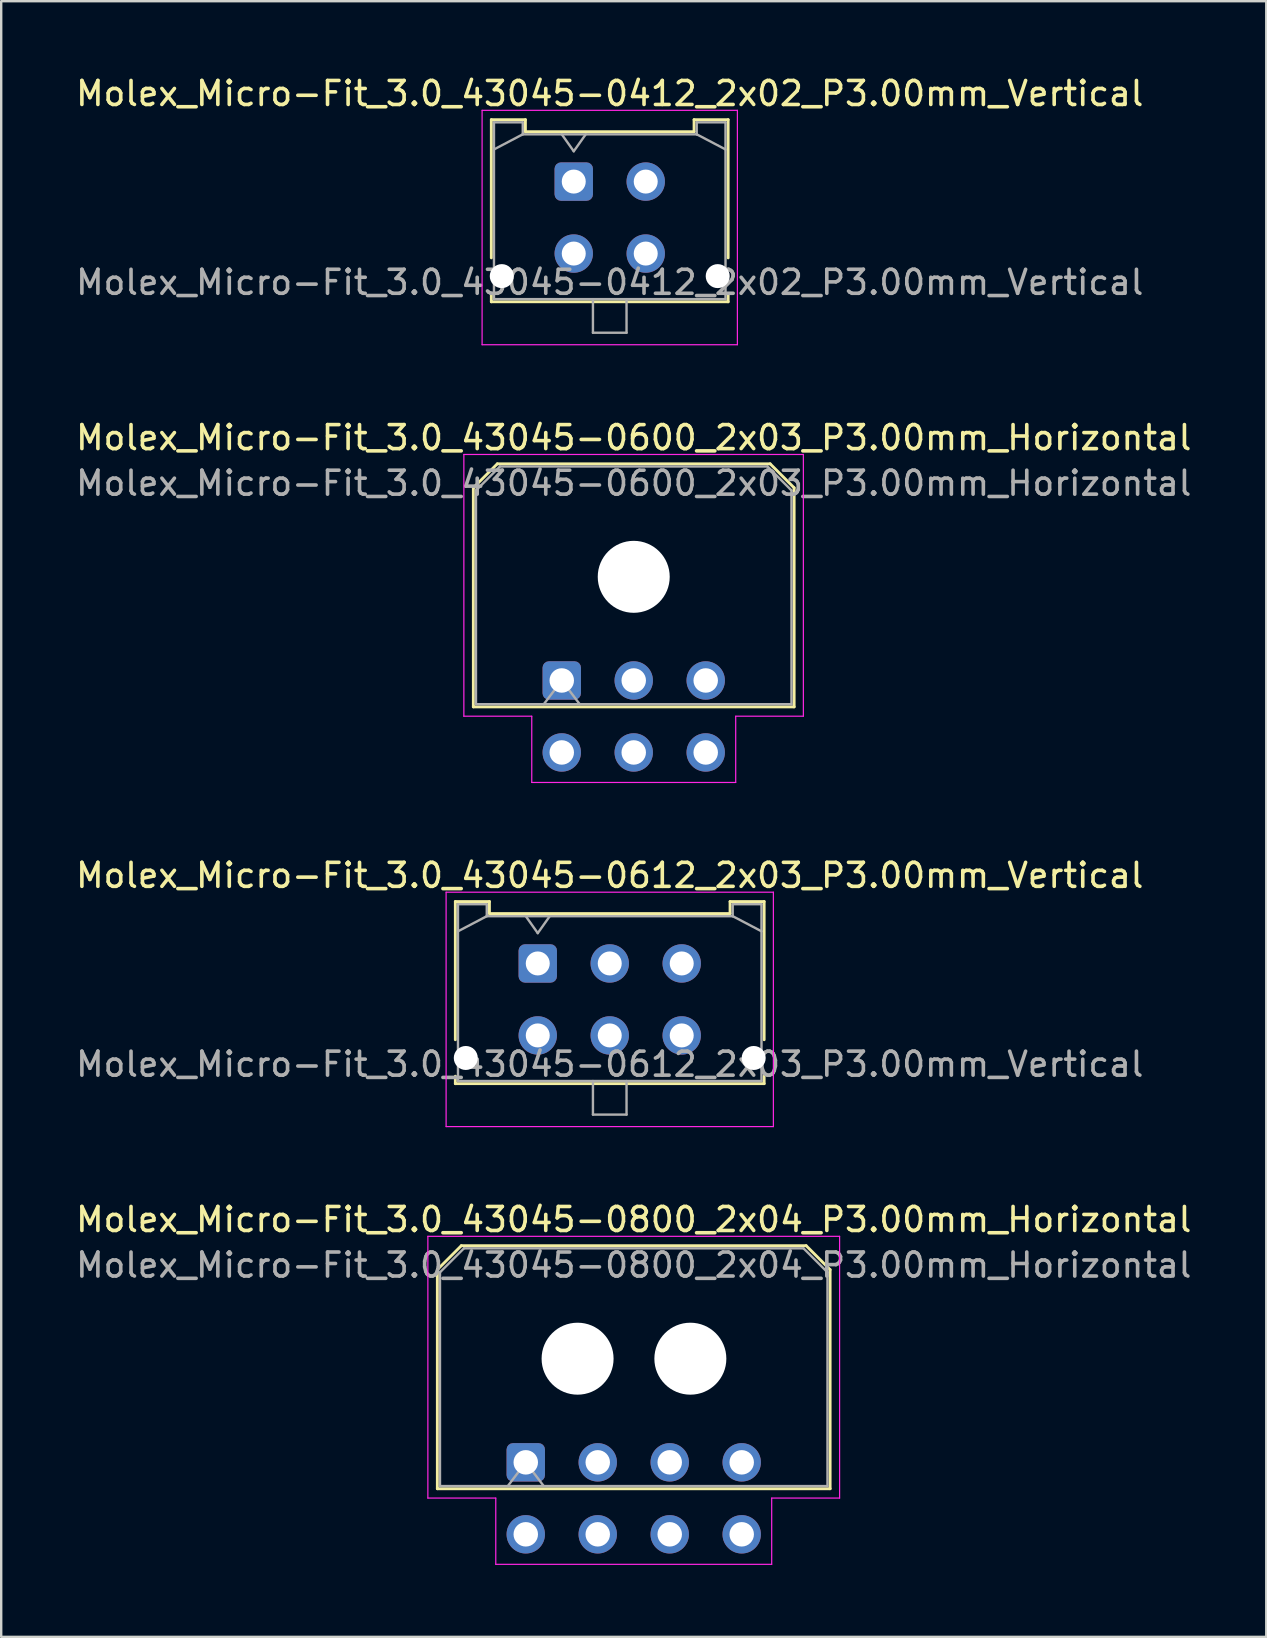
<source format=kicad_pcb>
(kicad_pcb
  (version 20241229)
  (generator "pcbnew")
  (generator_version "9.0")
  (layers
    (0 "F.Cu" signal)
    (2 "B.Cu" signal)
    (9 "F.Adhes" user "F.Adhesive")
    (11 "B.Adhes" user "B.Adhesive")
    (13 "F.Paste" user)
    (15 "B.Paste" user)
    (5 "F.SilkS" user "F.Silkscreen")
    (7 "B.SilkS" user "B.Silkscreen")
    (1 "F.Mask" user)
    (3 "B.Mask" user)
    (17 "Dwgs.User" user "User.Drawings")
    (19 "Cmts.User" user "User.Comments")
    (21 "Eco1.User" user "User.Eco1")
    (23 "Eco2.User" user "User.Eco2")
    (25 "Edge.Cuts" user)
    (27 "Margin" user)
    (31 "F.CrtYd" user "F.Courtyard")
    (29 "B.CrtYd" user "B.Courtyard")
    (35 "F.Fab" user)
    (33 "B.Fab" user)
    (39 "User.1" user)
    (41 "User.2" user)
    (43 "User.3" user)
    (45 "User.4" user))
  (footprint "Molex_Micro-Fit_3.0_43045-0600_2x03_P3.00mm_Horizontal"
    (layer "F.Cu")
    (at 20.363 25.311)
    (property "Reference" "Molex_Micro-Fit_3.0_43045-0600_2x03_P3.00mm_Horizontal" (at 3 -10.12 0) (layer "F.SilkS") (effects (font (size 1 1) (thickness 0.15))))
    (attr through_hole)
    (fp_line (start -3.685 -8.03) (end -2.685 -9.03) (stroke (width 0.12) (type solid)) (layer "F.SilkS"))
    (fp_line (start -3.685 1.1) (end -3.685 -8.03) (stroke (width 0.12) (type solid)) (layer "F.SilkS"))
    (fp_line (start -2.685 -9.03) (end 8.685 -9.03) (stroke (width 0.12) (type solid)) (layer "F.SilkS"))
    (fp_line (start 8.685 -9.03) (end 9.685 -8.03) (stroke (width 0.12) (type solid)) (layer "F.SilkS"))
    (fp_line (start 9.685 -8.03) (end 9.685 1.1) (stroke (width 0.12) (type solid)) (layer "F.SilkS"))
    (fp_line (start 9.685 1.1) (end -3.685 1.1) (stroke (width 0.12) (type solid)) (layer "F.SilkS"))
    (fp_line (start -4.08 -9.42) (end 10.07 -9.42) (stroke (width 0.05) (type solid)) (layer "F.CrtYd"))
    (fp_line (start -4.08 1.49) (end -4.08 -9.42) (stroke (width 0.05) (type solid)) (layer "F.CrtYd"))
    (fp_line (start -1.25 1.49) (end -4.08 1.49) (stroke (width 0.05) (type solid)) (layer "F.CrtYd"))
    (fp_line (start -1.25 4.25) (end -1.25 1.49) (stroke (width 0.05) (type solid)) (layer "F.CrtYd"))
    (fp_line (start 7.25 1.49) (end 7.25 4.25) (stroke (width 0.05) (type solid)) (layer "F.CrtYd"))
    (fp_line (start 7.25 4.25) (end -1.25 4.25) (stroke (width 0.05) (type solid)) (layer "F.CrtYd"))
    (fp_line (start 10.07 -9.42) (end 10.07 1.49) (stroke (width 0.05) (type solid)) (layer "F.CrtYd"))
    (fp_line (start 10.07 1.49) (end 7.25 1.49) (stroke (width 0.05) (type solid)) (layer "F.CrtYd"))
    (fp_line (start -3.575 -7.92) (end -2.575 -8.92) (stroke (width 0.1) (type solid)) (layer "F.Fab"))
    (fp_line (start -3.575 0.99) (end -3.575 -7.92) (stroke (width 0.1) (type solid)) (layer "F.Fab"))
    (fp_line (start -2.575 -8.92) (end 8.575 -8.92) (stroke (width 0.1) (type solid)) (layer "F.Fab"))
    (fp_line (start -0.75 0.99) (end 0 0) (stroke (width 0.1) (type solid)) (layer "F.Fab"))
    (fp_line (start 0 0) (end 0.75 0.99) (stroke (width 0.1) (type solid)) (layer "F.Fab"))
    (fp_line (start 8.575 -8.92) (end 9.575 -7.92) (stroke (width 0.1) (type solid)) (layer "F.Fab"))
    (fp_line (start 9.575 -7.92) (end 9.575 0.99) (stroke (width 0.1) (type solid)) (layer "F.Fab"))
    (fp_line (start 9.575 0.99) (end -3.575 0.99) (stroke (width 0.1) (type solid)) (layer "F.Fab"))
    (fp_text user "${REFERENCE}" (at 3 -8.22 0) (layer "F.Fab") (effects (font (size 1 1) (thickness 0.15))))
    (pad "" np_thru_hole circle (at 3 -4.32) (size 3 3) (drill 3) (layers "*.Cu" "*.Mask"))
    (pad "1" thru_hole roundrect (at 0 0) (size 1.6 1.6) (drill 1.02) (layers "*.Cu" "*.Mask") (roundrect_rratio 0.167))
    (pad "2" thru_hole circle (at 3 0) (size 1.6 1.6) (drill 1.02) (layers "*.Cu" "*.Mask"))
    (pad "3" thru_hole circle (at 6 0) (size 1.6 1.6) (drill 1.02) (layers "*.Cu" "*.Mask"))
    (pad "4" thru_hole circle (at 0 3) (size 1.6 1.6) (drill 1.02) (layers "*.Cu" "*.Mask"))
    (pad "5" thru_hole circle (at 3 3) (size 1.6 1.6) (drill 1.02) (layers "*.Cu" "*.Mask"))
    (pad "6" thru_hole circle (at 6 3) (size 1.6 1.6) (drill 1.02) (layers "*.Cu" "*.Mask")))
  (footprint "Molex_Micro-Fit_3.0_43045-0412_2x02_P3.00mm_Vertical"
    (layer "F.Cu")
    (at 20.863 4.518)
    (property "Reference" "Molex_Micro-Fit_3.0_43045-0412_2x02_P3.00mm_Vertical" (at 1.5 -3.67 0) (layer "F.SilkS") (effects (font (size 1 1) (thickness 0.15))))
    (attr through_hole)
    (fp_line (start -3.435 -2.58) (end -2.015 -2.58) (stroke (width 0.12) (type solid)) (layer "F.SilkS"))
    (fp_line (start -3.435 3.18) (end -3.435 -2.58) (stroke (width 0.12) (type solid)) (layer "F.SilkS"))
    (fp_line (start -3.435 4.7) (end -3.435 5.01) (stroke (width 0.12) (type solid)) (layer "F.SilkS"))
    (fp_line (start -3.435 5.01) (end 6.435 5.01) (stroke (width 0.12) (type solid)) (layer "F.SilkS"))
    (fp_line (start -2.015 -2.58) (end -2.015 -2.08) (stroke (width 0.12) (type solid)) (layer "F.SilkS"))
    (fp_line (start -2.015 -2.08) (end 5.015 -2.08) (stroke (width 0.12) (type solid)) (layer "F.SilkS"))
    (fp_line (start 5.015 -2.58) (end 6.435 -2.58) (stroke (width 0.12) (type solid)) (layer "F.SilkS"))
    (fp_line (start 5.015 -2.08) (end 5.015 -2.58) (stroke (width 0.12) (type solid)) (layer "F.SilkS"))
    (fp_line (start 6.435 -2.58) (end 6.435 3.18) (stroke (width 0.12) (type solid)) (layer "F.SilkS"))
    (fp_line (start 6.435 5.01) (end 6.435 4.7) (stroke (width 0.12) (type solid)) (layer "F.SilkS"))
    (fp_line (start -3.82 -2.97) (end 6.82 -2.97) (stroke (width 0.05) (type solid)) (layer "F.CrtYd"))
    (fp_line (start -3.82 6.8) (end -3.82 -2.97) (stroke (width 0.05) (type solid)) (layer "F.CrtYd"))
    (fp_line (start 6.82 -2.97) (end 6.82 6.8) (stroke (width 0.05) (type solid)) (layer "F.CrtYd"))
    (fp_line (start 6.82 6.8) (end -3.82 6.8) (stroke (width 0.05) (type solid)) (layer "F.CrtYd"))
    (fp_line (start -3.325 -2.47) (end -3.325 4.9) (stroke (width 0.1) (type solid)) (layer "F.Fab"))
    (fp_line (start -3.325 -1.34) (end -2.125 -1.97) (stroke (width 0.1) (type solid)) (layer "F.Fab"))
    (fp_line (start -3.325 4.9) (end 6.325 4.9) (stroke (width 0.1) (type solid)) (layer "F.Fab"))
    (fp_line (start -2.125 -2.47) (end -3.325 -2.47) (stroke (width 0.1) (type solid)) (layer "F.Fab"))
    (fp_line (start -2.125 -1.97) (end -2.125 -2.47) (stroke (width 0.1) (type solid)) (layer "F.Fab"))
    (fp_line (start -0.5 -1.97) (end 0 -1.263) (stroke (width 0.1) (type solid)) (layer "F.Fab"))
    (fp_line (start 0 -1.263) (end 0.5 -1.97) (stroke (width 0.1) (type solid)) (layer "F.Fab"))
    (fp_line (start 0.8 4.9) (end 0.8 6.3) (stroke (width 0.1) (type solid)) (layer "F.Fab"))
    (fp_line (start 0.8 6.3) (end 2.2 6.3) (stroke (width 0.1) (type solid)) (layer "F.Fab"))
    (fp_line (start 2.2 6.3) (end 2.2 4.9) (stroke (width 0.1) (type solid)) (layer "F.Fab"))
    (fp_line (start 5.125 -2.47) (end 5.125 -1.97) (stroke (width 0.1) (type solid)) (layer "F.Fab"))
    (fp_line (start 5.125 -1.97) (end -2.125 -1.97) (stroke (width 0.1) (type solid)) (layer "F.Fab"))
    (fp_line (start 6.325 -2.47) (end 5.125 -2.47) (stroke (width 0.1) (type solid)) (layer "F.Fab"))
    (fp_line (start 6.325 -1.34) (end 5.125 -1.97) (stroke (width 0.1) (type solid)) (layer "F.Fab"))
    (fp_line (start 6.325 4.9) (end 6.325 -2.47) (stroke (width 0.1) (type solid)) (layer "F.Fab"))
    (fp_text user "${REFERENCE}" (at 1.5 4.2 0) (layer "F.Fab") (effects (font (size 1 1) (thickness 0.15))))
    (pad "" np_thru_hole circle (at -3 3.94) (size 1 1) (drill 1) (layers "*.Cu" "*.Mask"))
    (pad "" np_thru_hole circle (at 6 3.94) (size 1 1) (drill 1) (layers "*.Cu" "*.Mask"))
    (pad "1" thru_hole roundrect (at 0 0) (size 1.6 1.6) (drill 1) (layers "*.Cu" "*.Mask") (roundrect_rratio 0.167))
    (pad "2" thru_hole circle (at 3 0) (size 1.6 1.6) (drill 1) (layers "*.Cu" "*.Mask"))
    (pad "3" thru_hole circle (at 0 3) (size 1.6 1.6) (drill 1) (layers "*.Cu" "*.Mask"))
    (pad "4" thru_hole circle (at 3 3) (size 1.6 1.6) (drill 1) (layers "*.Cu" "*.Mask")))
  (footprint "Molex_Micro-Fit_3.0_43045-0800_2x04_P3.00mm_Horizontal"
    (layer "F.Cu")
    (at 18.863 57.898)
    (property "Reference" "Molex_Micro-Fit_3.0_43045-0800_2x04_P3.00mm_Horizontal" (at 4.5 -10.12 0) (layer "F.SilkS") (effects (font (size 1 1) (thickness 0.15))))
    (attr through_hole)
    (fp_line (start -3.685 -8.03) (end -2.685 -9.03) (stroke (width 0.12) (type solid)) (layer "F.SilkS"))
    (fp_line (start -3.685 1.1) (end -3.685 -8.03) (stroke (width 0.12) (type solid)) (layer "F.SilkS"))
    (fp_line (start -2.685 -9.03) (end 11.685 -9.03) (stroke (width 0.12) (type solid)) (layer "F.SilkS"))
    (fp_line (start 11.685 -9.03) (end 12.685 -8.03) (stroke (width 0.12) (type solid)) (layer "F.SilkS"))
    (fp_line (start 12.685 -8.03) (end 12.685 1.1) (stroke (width 0.12) (type solid)) (layer "F.SilkS"))
    (fp_line (start 12.685 1.1) (end -3.685 1.1) (stroke (width 0.12) (type solid)) (layer "F.SilkS"))
    (fp_line (start -4.08 -9.42) (end 13.08 -9.42) (stroke (width 0.05) (type solid)) (layer "F.CrtYd"))
    (fp_line (start -4.08 1.49) (end -4.08 -9.42) (stroke (width 0.05) (type solid)) (layer "F.CrtYd"))
    (fp_line (start -1.25 1.49) (end -4.08 1.49) (stroke (width 0.05) (type solid)) (layer "F.CrtYd"))
    (fp_line (start -1.25 4.25) (end -1.25 1.49) (stroke (width 0.05) (type solid)) (layer "F.CrtYd"))
    (fp_line (start 10.25 1.49) (end 10.25 4.25) (stroke (width 0.05) (type solid)) (layer "F.CrtYd"))
    (fp_line (start 10.25 4.25) (end -1.25 4.25) (stroke (width 0.05) (type solid)) (layer "F.CrtYd"))
    (fp_line (start 13.08 -9.42) (end 13.08 1.49) (stroke (width 0.05) (type solid)) (layer "F.CrtYd"))
    (fp_line (start 13.08 1.49) (end 10.25 1.49) (stroke (width 0.05) (type solid)) (layer "F.CrtYd"))
    (fp_line (start -3.575 -7.92) (end -2.575 -8.92) (stroke (width 0.1) (type solid)) (layer "F.Fab"))
    (fp_line (start -3.575 0.99) (end -3.575 -7.92) (stroke (width 0.1) (type solid)) (layer "F.Fab"))
    (fp_line (start -2.575 -8.92) (end 11.575 -8.92) (stroke (width 0.1) (type solid)) (layer "F.Fab"))
    (fp_line (start -0.75 0.99) (end 0 0) (stroke (width 0.1) (type solid)) (layer "F.Fab"))
    (fp_line (start 0 0) (end 0.75 0.99) (stroke (width 0.1) (type solid)) (layer "F.Fab"))
    (fp_line (start 11.575 -8.92) (end 12.575 -7.92) (stroke (width 0.1) (type solid)) (layer "F.Fab"))
    (fp_line (start 12.575 -7.92) (end 12.575 0.99) (stroke (width 0.1) (type solid)) (layer "F.Fab"))
    (fp_line (start 12.575 0.99) (end -3.575 0.99) (stroke (width 0.1) (type solid)) (layer "F.Fab"))
    (fp_text user "${REFERENCE}" (at 4.5 -8.22 0) (layer "F.Fab") (effects (font (size 1 1) (thickness 0.15))))
    (pad "" np_thru_hole circle (at 2.16 -4.32) (size 3 3) (drill 3) (layers "*.Cu" "*.Mask"))
    (pad "" np_thru_hole circle (at 6.86 -4.32) (size 3 3) (drill 3) (layers "*.Cu" "*.Mask"))
    (pad "1" thru_hole roundrect (at 0 0) (size 1.6 1.6) (drill 1.02) (layers "*.Cu" "*.Mask") (roundrect_rratio 0.167))
    (pad "2" thru_hole circle (at 3 0) (size 1.6 1.6) (drill 1.02) (layers "*.Cu" "*.Mask"))
    (pad "3" thru_hole circle (at 6 0) (size 1.6 1.6) (drill 1.02) (layers "*.Cu" "*.Mask"))
    (pad "4" thru_hole circle (at 9 0) (size 1.6 1.6) (drill 1.02) (layers "*.Cu" "*.Mask"))
    (pad "5" thru_hole circle (at 0 3) (size 1.6 1.6) (drill 1.02) (layers "*.Cu" "*.Mask"))
    (pad "6" thru_hole circle (at 3 3) (size 1.6 1.6) (drill 1.02) (layers "*.Cu" "*.Mask"))
    (pad "7" thru_hole circle (at 6 3) (size 1.6 1.6) (drill 1.02) (layers "*.Cu" "*.Mask"))
    (pad "8" thru_hole circle (at 9 3) (size 1.6 1.6) (drill 1.02) (layers "*.Cu" "*.Mask")))
  (footprint "Molex_Micro-Fit_3.0_43045-0612_2x03_P3.00mm_Vertical"
    (layer "F.Cu")
    (at 19.363 37.105)
    (property "Reference" "Molex_Micro-Fit_3.0_43045-0612_2x03_P3.00mm_Vertical" (at 3 -3.67 0) (layer "F.SilkS") (effects (font (size 1 1) (thickness 0.15))))
    (attr through_hole)
    (fp_line (start -3.435 -2.58) (end -2.015 -2.58) (stroke (width 0.12) (type solid)) (layer "F.SilkS"))
    (fp_line (start -3.435 3.18) (end -3.435 -2.58) (stroke (width 0.12) (type solid)) (layer "F.SilkS"))
    (fp_line (start -3.435 4.7) (end -3.435 5.01) (stroke (width 0.12) (type solid)) (layer "F.SilkS"))
    (fp_line (start -3.435 5.01) (end 9.435 5.01) (stroke (width 0.12) (type solid)) (layer "F.SilkS"))
    (fp_line (start -2.015 -2.58) (end -2.015 -2.08) (stroke (width 0.12) (type solid)) (layer "F.SilkS"))
    (fp_line (start -2.015 -2.08) (end 8.015 -2.08) (stroke (width 0.12) (type solid)) (layer "F.SilkS"))
    (fp_line (start 8.015 -2.58) (end 9.435 -2.58) (stroke (width 0.12) (type solid)) (layer "F.SilkS"))
    (fp_line (start 8.015 -2.08) (end 8.015 -2.58) (stroke (width 0.12) (type solid)) (layer "F.SilkS"))
    (fp_line (start 9.435 -2.58) (end 9.435 3.18) (stroke (width 0.12) (type solid)) (layer "F.SilkS"))
    (fp_line (start 9.435 5.01) (end 9.435 4.7) (stroke (width 0.12) (type solid)) (layer "F.SilkS"))
    (fp_line (start -3.82 -2.97) (end 9.82 -2.97) (stroke (width 0.05) (type solid)) (layer "F.CrtYd"))
    (fp_line (start -3.82 6.8) (end -3.82 -2.97) (stroke (width 0.05) (type solid)) (layer "F.CrtYd"))
    (fp_line (start 9.82 -2.97) (end 9.82 6.8) (stroke (width 0.05) (type solid)) (layer "F.CrtYd"))
    (fp_line (start 9.82 6.8) (end -3.82 6.8) (stroke (width 0.05) (type solid)) (layer "F.CrtYd"))
    (fp_line (start -3.325 -2.47) (end -3.325 4.9) (stroke (width 0.1) (type solid)) (layer "F.Fab"))
    (fp_line (start -3.325 -1.34) (end -2.125 -1.97) (stroke (width 0.1) (type solid)) (layer "F.Fab"))
    (fp_line (start -3.325 4.9) (end 9.325 4.9) (stroke (width 0.1) (type solid)) (layer "F.Fab"))
    (fp_line (start -2.125 -2.47) (end -3.325 -2.47) (stroke (width 0.1) (type solid)) (layer "F.Fab"))
    (fp_line (start -2.125 -1.97) (end -2.125 -2.47) (stroke (width 0.1) (type solid)) (layer "F.Fab"))
    (fp_line (start -0.5 -1.97) (end 0 -1.263) (stroke (width 0.1) (type solid)) (layer "F.Fab"))
    (fp_line (start 0 -1.263) (end 0.5 -1.97) (stroke (width 0.1) (type solid)) (layer "F.Fab"))
    (fp_line (start 2.3 4.9) (end 2.3 6.3) (stroke (width 0.1) (type solid)) (layer "F.Fab"))
    (fp_line (start 2.3 6.3) (end 3.7 6.3) (stroke (width 0.1) (type solid)) (layer "F.Fab"))
    (fp_line (start 3.7 6.3) (end 3.7 4.9) (stroke (width 0.1) (type solid)) (layer "F.Fab"))
    (fp_line (start 8.125 -2.47) (end 8.125 -1.97) (stroke (width 0.1) (type solid)) (layer "F.Fab"))
    (fp_line (start 8.125 -1.97) (end -2.125 -1.97) (stroke (width 0.1) (type solid)) (layer "F.Fab"))
    (fp_line (start 9.325 -2.47) (end 8.125 -2.47) (stroke (width 0.1) (type solid)) (layer "F.Fab"))
    (fp_line (start 9.325 -1.34) (end 8.125 -1.97) (stroke (width 0.1) (type solid)) (layer "F.Fab"))
    (fp_line (start 9.325 4.9) (end 9.325 -2.47) (stroke (width 0.1) (type solid)) (layer "F.Fab"))
    (fp_text user "${REFERENCE}" (at 3 4.2 0) (layer "F.Fab") (effects (font (size 1 1) (thickness 0.15))))
    (pad "" np_thru_hole circle (at -3 3.94) (size 1 1) (drill 1) (layers "*.Cu" "*.Mask"))
    (pad "" np_thru_hole circle (at 9 3.94) (size 1 1) (drill 1) (layers "*.Cu" "*.Mask"))
    (pad "1" thru_hole roundrect (at 0 0) (size 1.6 1.6) (drill 1) (layers "*.Cu" "*.Mask") (roundrect_rratio 0.167))
    (pad "2" thru_hole circle (at 3 0) (size 1.6 1.6) (drill 1) (layers "*.Cu" "*.Mask"))
    (pad "3" thru_hole circle (at 6 0) (size 1.6 1.6) (drill 1) (layers "*.Cu" "*.Mask"))
    (pad "4" thru_hole circle (at 0 3) (size 1.6 1.6) (drill 1) (layers "*.Cu" "*.Mask"))
    (pad "5" thru_hole circle (at 3 3) (size 1.6 1.6) (drill 1) (layers "*.Cu" "*.Mask"))
    (pad "6" thru_hole circle (at 6 3) (size 1.6 1.6) (drill 1) (layers "*.Cu" "*.Mask")))
  (gr_rect
    (start -3 -3)
    (end 49.726 65.173)
    (stroke (width 0.1) (type default))
    (fill no)
    (layer "Edge.Cuts")))
</source>
